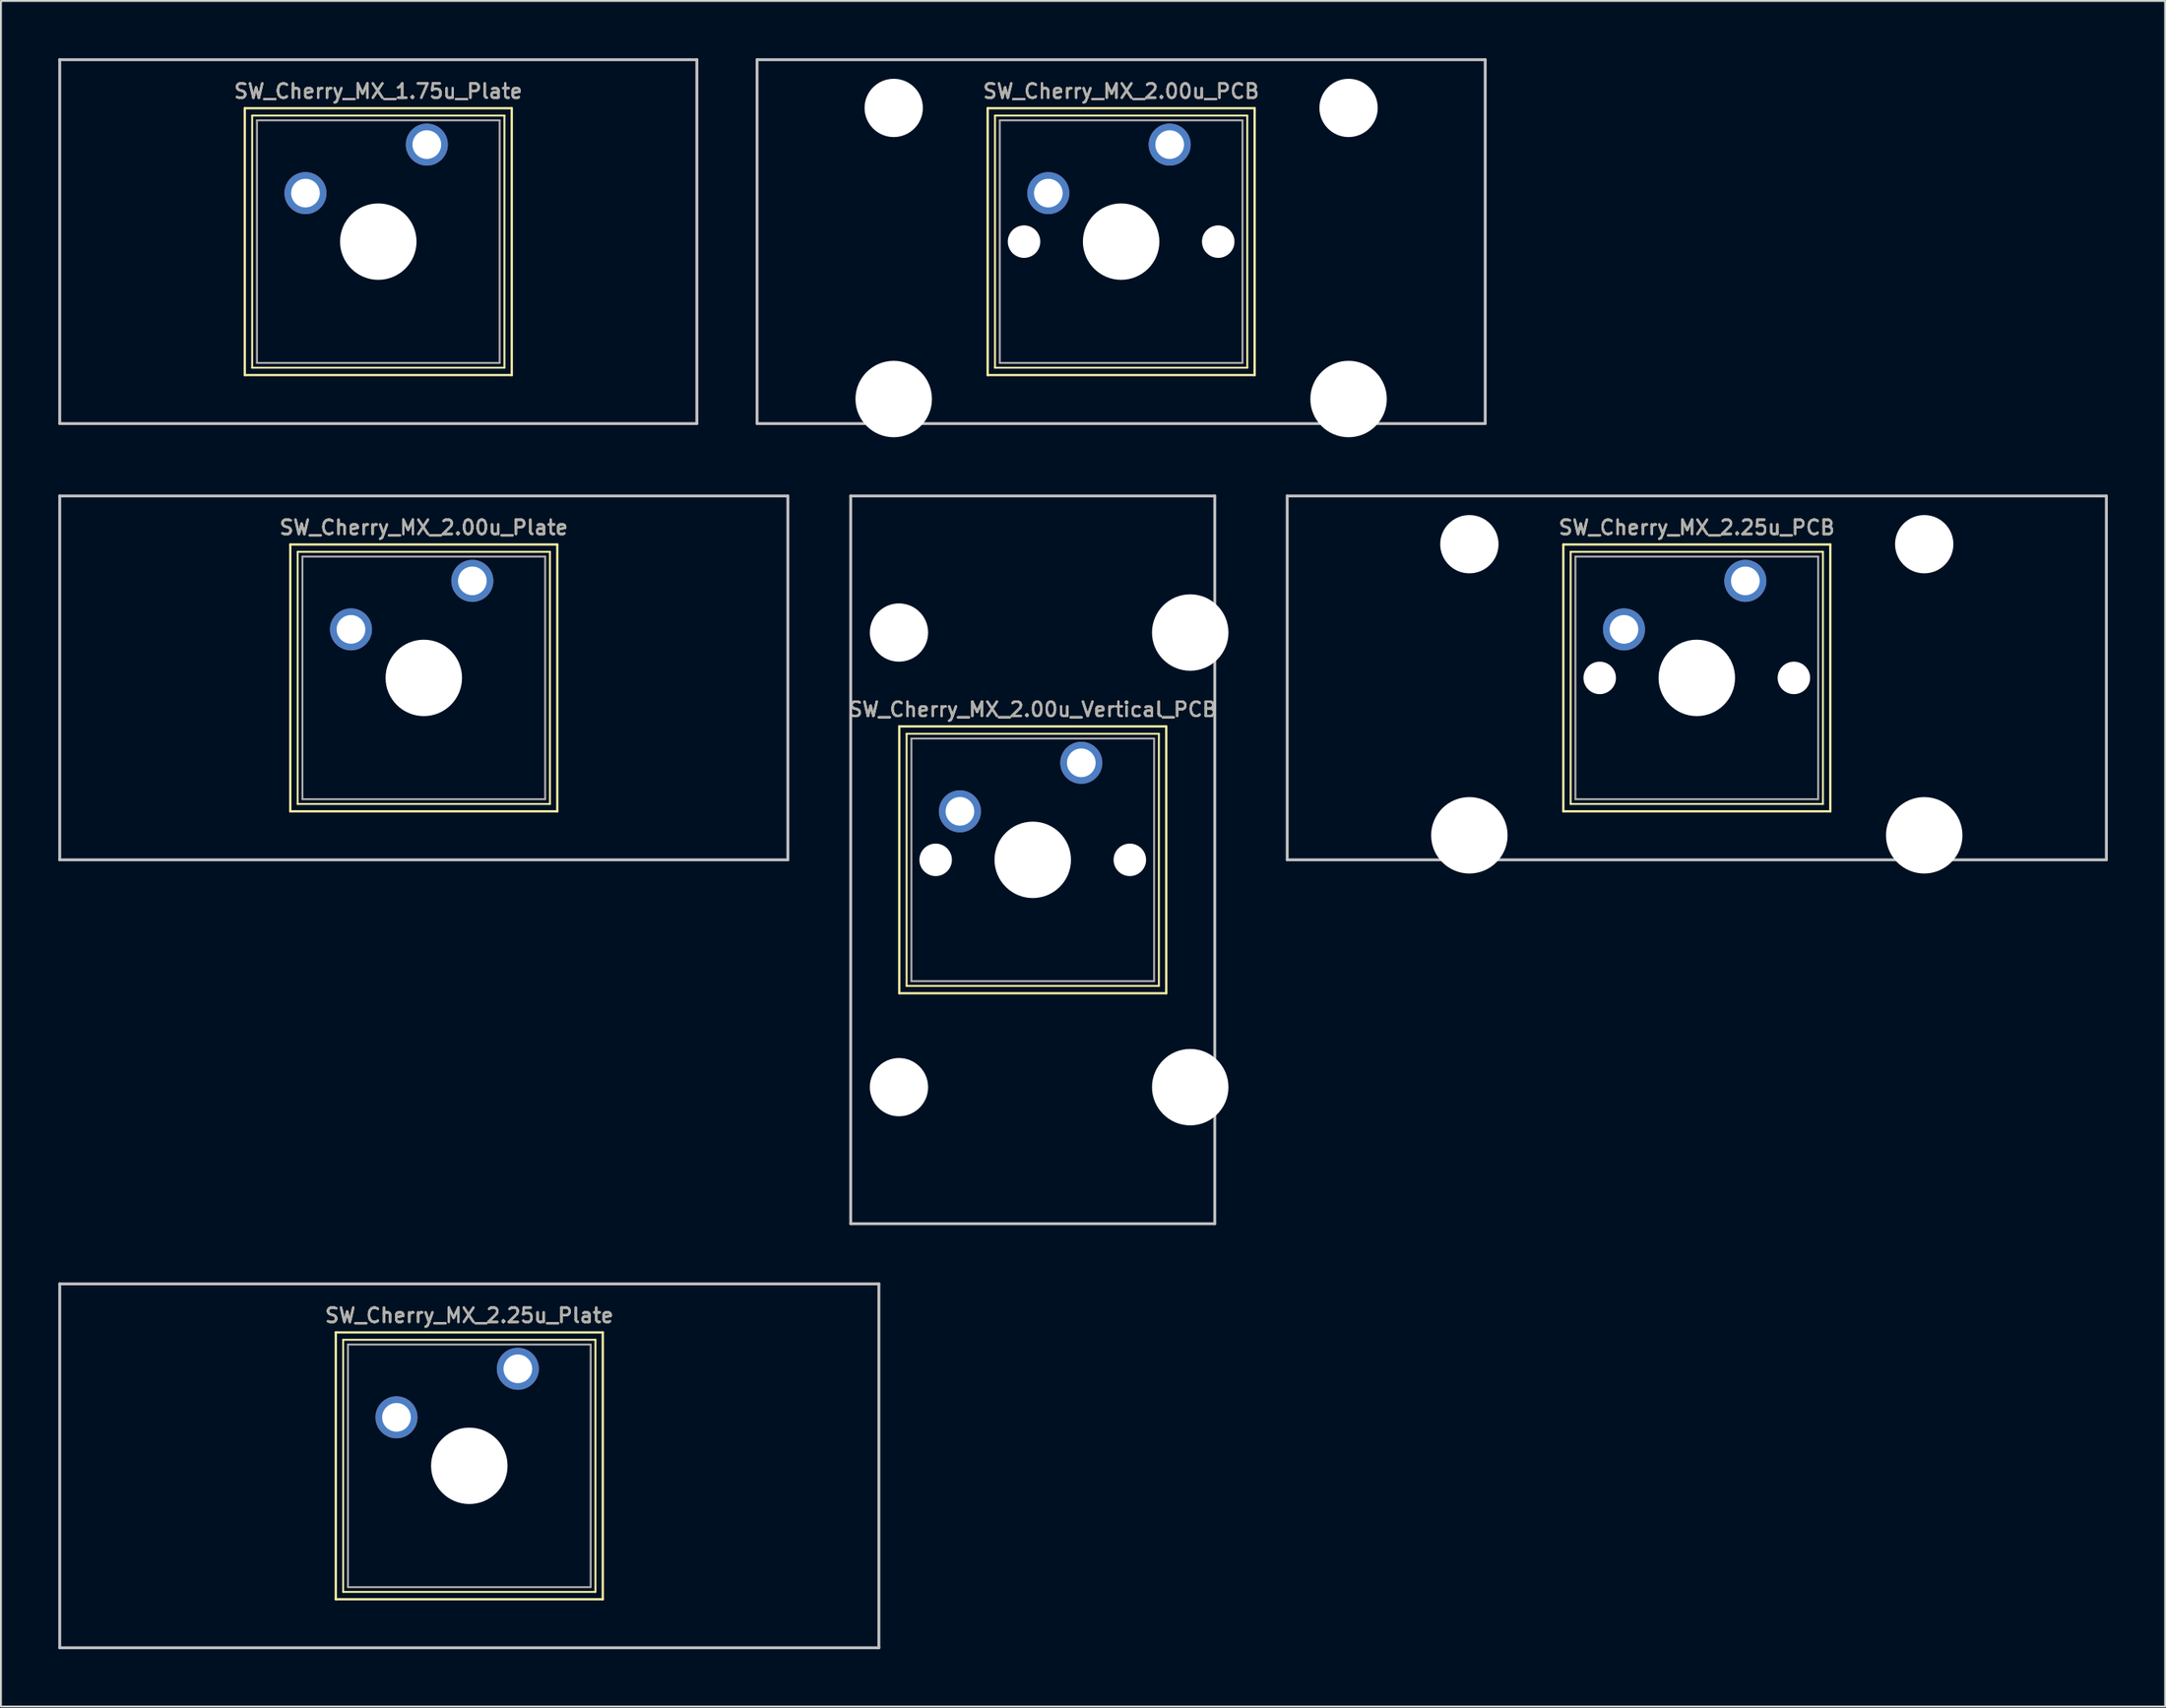
<source format=kicad_pcb>
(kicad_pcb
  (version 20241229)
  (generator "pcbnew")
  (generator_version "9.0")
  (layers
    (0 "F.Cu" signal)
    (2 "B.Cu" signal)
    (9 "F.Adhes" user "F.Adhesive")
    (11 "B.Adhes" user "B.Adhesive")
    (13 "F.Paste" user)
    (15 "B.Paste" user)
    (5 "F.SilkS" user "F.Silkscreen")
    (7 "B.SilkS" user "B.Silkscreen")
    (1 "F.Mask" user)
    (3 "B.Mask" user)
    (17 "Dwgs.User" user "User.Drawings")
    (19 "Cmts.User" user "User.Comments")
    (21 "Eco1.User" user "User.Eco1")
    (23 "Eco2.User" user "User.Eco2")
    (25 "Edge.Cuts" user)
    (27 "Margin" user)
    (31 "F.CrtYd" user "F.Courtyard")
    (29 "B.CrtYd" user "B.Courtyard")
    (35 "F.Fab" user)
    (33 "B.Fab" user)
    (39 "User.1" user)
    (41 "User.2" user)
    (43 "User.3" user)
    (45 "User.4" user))
  (footprint "SW_Cherry_MX_2.00u_Vertical_PCB"
    (layer "F.Cu")
    (at 53.528 36.885)
    (property "Reference" "SW_Cherry_MX_2.00u_Vertical_PCB" (at -2.54 -2.794 0) (layer "F.SilkS") (effects (font (size 0.75 0.75) (thickness 0.125))))
    (attr through_hole)
    (fp_line (start -9.525 -1.905) (end 4.445 -1.905) (stroke (width 0.12) (type solid)) (layer "F.SilkS"))
    (fp_line (start -9.525 12.065) (end -9.525 -1.905) (stroke (width 0.12) (type solid)) (layer "F.SilkS"))
    (fp_line (start -9.14 -1.52) (end 4.06 -1.52) (stroke (width 0.1) (type solid)) (layer "F.SilkS"))
    (fp_line (start -9.14 11.68) (end -9.14 -1.52) (stroke (width 0.1) (type solid)) (layer "F.SilkS"))
    (fp_line (start 4.06 -1.52) (end 4.06 11.68) (stroke (width 0.1) (type solid)) (layer "F.SilkS"))
    (fp_line (start 4.06 11.68) (end -9.14 11.68) (stroke (width 0.1) (type solid)) (layer "F.SilkS"))
    (fp_line (start 4.445 -1.905) (end 4.445 12.065) (stroke (width 0.12) (type solid)) (layer "F.SilkS"))
    (fp_line (start 4.445 12.065) (end -9.525 12.065) (stroke (width 0.12) (type solid)) (layer "F.SilkS"))
    (fp_line (start -12.065 -13.97) (end 6.985 -13.97) (stroke (width 0.15) (type solid)) (layer "Dwgs.User"))
    (fp_line (start -12.065 24.13) (end -12.065 -13.97) (stroke (width 0.15) (type solid)) (layer "Dwgs.User"))
    (fp_line (start 6.985 -13.97) (end 6.985 24.13) (stroke (width 0.15) (type solid)) (layer "Dwgs.User"))
    (fp_line (start 6.985 24.13) (end -12.065 24.13) (stroke (width 0.15) (type solid)) (layer "Dwgs.User"))
    (fp_line (start -8.89 -1.27) (end 3.81 -1.27) (stroke (width 0.1) (type solid)) (layer "F.Fab"))
    (fp_line (start -8.89 11.43) (end -8.89 -1.27) (stroke (width 0.1) (type solid)) (layer "F.Fab"))
    (fp_line (start 3.81 -1.27) (end 3.81 11.43) (stroke (width 0.1) (type solid)) (layer "F.Fab"))
    (fp_line (start 3.81 11.43) (end -8.89 11.43) (stroke (width 0.1) (type solid)) (layer "F.Fab"))
    (fp_text user "${REFERENCE}" (at -2.54 -2.794 0) (layer "F.Fab") (effects (font (size 0.75 0.75) (thickness 0.125))))
    (pad "" np_thru_hole circle (at -9.54 -6.82) (size 3.05 3.05) (drill 3.05) (layers "*.Cu" "*.Mask"))
    (pad "" np_thru_hole circle (at -9.54 16.98) (size 3.05 3.05) (drill 3.05) (layers "*.Cu" "*.Mask"))
    (pad "" np_thru_hole circle (at -7.62 5.08) (size 1.7 1.7) (drill 1.7) (layers "*.Cu" "*.Mask"))
    (pad "" np_thru_hole circle (at -2.54 5.08) (size 4 4) (drill 4) (layers "*.Cu" "*.Mask"))
    (pad "" np_thru_hole circle (at 2.54 5.08) (size 1.7 1.7) (drill 1.7) (layers "*.Cu" "*.Mask"))
    (pad "" np_thru_hole circle (at 5.7 -6.82) (size 4 4) (drill 4) (layers "*.Cu" "*.Mask"))
    (pad "" np_thru_hole circle (at 5.7 16.98) (size 4 4) (drill 4) (layers "*.Cu" "*.Mask"))
    (pad "1" thru_hole circle (at 0 0) (size 2.2 2.2) (drill 1.5) (layers "*.Cu" "*.Mask"))
    (pad "2" thru_hole circle (at -6.35 2.54) (size 2.2 2.2) (drill 1.5) (layers "*.Cu" "*.Mask")))
  (footprint "SW_Cherry_MX_2.00u_PCB"
    (layer "F.Cu")
    (at 58.153 4.52)
    (property "Reference" "SW_Cherry_MX_2.00u_PCB" (at -2.54 -2.794 0) (layer "F.SilkS") (effects (font (size 0.75 0.75) (thickness 0.125))))
    (attr through_hole)
    (fp_line (start -9.525 -1.905) (end 4.445 -1.905) (stroke (width 0.12) (type solid)) (layer "F.SilkS"))
    (fp_line (start -9.525 12.065) (end -9.525 -1.905) (stroke (width 0.12) (type solid)) (layer "F.SilkS"))
    (fp_line (start -9.14 -1.52) (end 4.06 -1.52) (stroke (width 0.1) (type solid)) (layer "F.SilkS"))
    (fp_line (start -9.14 11.68) (end -9.14 -1.52) (stroke (width 0.1) (type solid)) (layer "F.SilkS"))
    (fp_line (start 4.06 -1.52) (end 4.06 11.68) (stroke (width 0.1) (type solid)) (layer "F.SilkS"))
    (fp_line (start 4.06 11.68) (end -9.14 11.68) (stroke (width 0.1) (type solid)) (layer "F.SilkS"))
    (fp_line (start 4.445 -1.905) (end 4.445 12.065) (stroke (width 0.12) (type solid)) (layer "F.SilkS"))
    (fp_line (start 4.445 12.065) (end -9.525 12.065) (stroke (width 0.12) (type solid)) (layer "F.SilkS"))
    (fp_line (start -21.59 -4.445) (end 16.51 -4.445) (stroke (width 0.15) (type solid)) (layer "Dwgs.User"))
    (fp_line (start -21.59 14.605) (end -21.59 -4.445) (stroke (width 0.15) (type solid)) (layer "Dwgs.User"))
    (fp_line (start 16.51 -4.445) (end 16.51 14.605) (stroke (width 0.15) (type solid)) (layer "Dwgs.User"))
    (fp_line (start 16.51 14.605) (end -21.59 14.605) (stroke (width 0.15) (type solid)) (layer "Dwgs.User"))
    (fp_line (start -8.89 -1.27) (end 3.81 -1.27) (stroke (width 0.1) (type solid)) (layer "F.Fab"))
    (fp_line (start -8.89 11.43) (end -8.89 -1.27) (stroke (width 0.1) (type solid)) (layer "F.Fab"))
    (fp_line (start 3.81 -1.27) (end 3.81 11.43) (stroke (width 0.1) (type solid)) (layer "F.Fab"))
    (fp_line (start 3.81 11.43) (end -8.89 11.43) (stroke (width 0.1) (type solid)) (layer "F.Fab"))
    (fp_text user "${REFERENCE}" (at -2.54 -2.794 0) (layer "F.Fab") (effects (font (size 0.75 0.75) (thickness 0.125))))
    (pad "" np_thru_hole circle (at -14.44 -1.92) (size 3.05 3.05) (drill 3.05) (layers "*.Cu" "*.Mask"))
    (pad "" np_thru_hole circle (at -14.44 13.32) (size 4 4) (drill 4) (layers "*.Cu" "*.Mask"))
    (pad "" np_thru_hole circle (at -7.62 5.08) (size 1.7 1.7) (drill 1.7) (layers "*.Cu" "*.Mask"))
    (pad "" np_thru_hole circle (at -2.54 5.08) (size 4 4) (drill 4) (layers "*.Cu" "*.Mask"))
    (pad "" np_thru_hole circle (at 2.54 5.08) (size 1.7 1.7) (drill 1.7) (layers "*.Cu" "*.Mask"))
    (pad "" np_thru_hole circle (at 9.36 -1.92) (size 3.05 3.05) (drill 3.05) (layers "*.Cu" "*.Mask"))
    (pad "" np_thru_hole circle (at 9.36 13.32) (size 4 4) (drill 4) (layers "*.Cu" "*.Mask"))
    (pad "1" thru_hole circle (at 0 0) (size 2.2 2.2) (drill 1.5) (layers "*.Cu" "*.Mask"))
    (pad "2" thru_hole circle (at -6.35 2.54) (size 2.2 2.2) (drill 1.5) (layers "*.Cu" "*.Mask")))
  (footprint "SW_Cherry_MX_2.00u_Plate"
    (layer "F.Cu")
    (at 21.665 27.36)
    (property "Reference" "SW_Cherry_MX_2.00u_Plate" (at -2.54 -2.794 0) (layer "F.SilkS") (effects (font (size 0.75 0.75) (thickness 0.125))))
    (attr through_hole)
    (fp_line (start -9.525 -1.905) (end 4.445 -1.905) (stroke (width 0.12) (type solid)) (layer "F.SilkS"))
    (fp_line (start -9.525 12.065) (end -9.525 -1.905) (stroke (width 0.12) (type solid)) (layer "F.SilkS"))
    (fp_line (start -9.14 -1.52) (end 4.06 -1.52) (stroke (width 0.1) (type solid)) (layer "F.SilkS"))
    (fp_line (start -9.14 11.68) (end -9.14 -1.52) (stroke (width 0.1) (type solid)) (layer "F.SilkS"))
    (fp_line (start 4.06 -1.52) (end 4.06 11.68) (stroke (width 0.1) (type solid)) (layer "F.SilkS"))
    (fp_line (start 4.06 11.68) (end -9.14 11.68) (stroke (width 0.1) (type solid)) (layer "F.SilkS"))
    (fp_line (start 4.445 -1.905) (end 4.445 12.065) (stroke (width 0.12) (type solid)) (layer "F.SilkS"))
    (fp_line (start 4.445 12.065) (end -9.525 12.065) (stroke (width 0.12) (type solid)) (layer "F.SilkS"))
    (fp_line (start -21.59 -4.445) (end 16.51 -4.445) (stroke (width 0.15) (type solid)) (layer "Dwgs.User"))
    (fp_line (start -21.59 14.605) (end -21.59 -4.445) (stroke (width 0.15) (type solid)) (layer "Dwgs.User"))
    (fp_line (start 16.51 -4.445) (end 16.51 14.605) (stroke (width 0.15) (type solid)) (layer "Dwgs.User"))
    (fp_line (start 16.51 14.605) (end -21.59 14.605) (stroke (width 0.15) (type solid)) (layer "Dwgs.User"))
    (fp_line (start -8.89 -1.27) (end 3.81 -1.27) (stroke (width 0.1) (type solid)) (layer "F.Fab"))
    (fp_line (start -8.89 11.43) (end -8.89 -1.27) (stroke (width 0.1) (type solid)) (layer "F.Fab"))
    (fp_line (start 3.81 -1.27) (end 3.81 11.43) (stroke (width 0.1) (type solid)) (layer "F.Fab"))
    (fp_line (start 3.81 11.43) (end -8.89 11.43) (stroke (width 0.1) (type solid)) (layer "F.Fab"))
    (fp_text user "${REFERENCE}" (at -2.54 -2.794 0) (layer "F.Fab") (effects (font (size 0.75 0.75) (thickness 0.125))))
    (pad "" np_thru_hole circle (at -2.54 5.08) (size 4 4) (drill 4) (layers "*.Cu" "*.Mask"))
    (pad "1" thru_hole circle (at 0 0) (size 2.2 2.2) (drill 1.5) (layers "*.Cu" "*.Mask"))
    (pad "2" thru_hole circle (at -6.35 2.54) (size 2.2 2.2) (drill 1.5) (layers "*.Cu" "*.Mask")))
  (footprint "SW_Cherry_MX_2.25u_PCB"
    (layer "F.Cu")
    (at 88.274 27.36)
    (property "Reference" "SW_Cherry_MX_2.25u_PCB" (at -2.54 -2.794 0) (layer "F.SilkS") (effects (font (size 0.75 0.75) (thickness 0.125))))
    (attr through_hole)
    (fp_line (start -9.525 -1.905) (end 4.445 -1.905) (stroke (width 0.12) (type solid)) (layer "F.SilkS"))
    (fp_line (start -9.525 12.065) (end -9.525 -1.905) (stroke (width 0.12) (type solid)) (layer "F.SilkS"))
    (fp_line (start -9.14 -1.52) (end 4.06 -1.52) (stroke (width 0.1) (type solid)) (layer "F.SilkS"))
    (fp_line (start -9.14 11.68) (end -9.14 -1.52) (stroke (width 0.1) (type solid)) (layer "F.SilkS"))
    (fp_line (start 4.06 -1.52) (end 4.06 11.68) (stroke (width 0.1) (type solid)) (layer "F.SilkS"))
    (fp_line (start 4.06 11.68) (end -9.14 11.68) (stroke (width 0.1) (type solid)) (layer "F.SilkS"))
    (fp_line (start 4.445 -1.905) (end 4.445 12.065) (stroke (width 0.12) (type solid)) (layer "F.SilkS"))
    (fp_line (start 4.445 12.065) (end -9.525 12.065) (stroke (width 0.12) (type solid)) (layer "F.SilkS"))
    (fp_line (start -23.971 -4.445) (end 18.891 -4.445) (stroke (width 0.15) (type solid)) (layer "Dwgs.User"))
    (fp_line (start -23.971 14.605) (end -23.971 -4.445) (stroke (width 0.15) (type solid)) (layer "Dwgs.User"))
    (fp_line (start 18.891 -4.445) (end 18.891 14.605) (stroke (width 0.15) (type solid)) (layer "Dwgs.User"))
    (fp_line (start 18.891 14.605) (end -23.971 14.605) (stroke (width 0.15) (type solid)) (layer "Dwgs.User"))
    (fp_line (start -8.89 -1.27) (end 3.81 -1.27) (stroke (width 0.1) (type solid)) (layer "F.Fab"))
    (fp_line (start -8.89 11.43) (end -8.89 -1.27) (stroke (width 0.1) (type solid)) (layer "F.Fab"))
    (fp_line (start 3.81 -1.27) (end 3.81 11.43) (stroke (width 0.1) (type solid)) (layer "F.Fab"))
    (fp_line (start 3.81 11.43) (end -8.89 11.43) (stroke (width 0.1) (type solid)) (layer "F.Fab"))
    (fp_text user "${REFERENCE}" (at -2.54 -2.794 0) (layer "F.Fab") (effects (font (size 0.75 0.75) (thickness 0.125))))
    (pad "" np_thru_hole circle (at -14.44 -1.92) (size 3.05 3.05) (drill 3.05) (layers "*.Cu" "*.Mask"))
    (pad "" np_thru_hole circle (at -14.44 13.32) (size 4 4) (drill 4) (layers "*.Cu" "*.Mask"))
    (pad "" np_thru_hole circle (at -7.62 5.08) (size 1.7 1.7) (drill 1.7) (layers "*.Cu" "*.Mask"))
    (pad "" np_thru_hole circle (at -2.54 5.08) (size 4 4) (drill 4) (layers "*.Cu" "*.Mask"))
    (pad "" np_thru_hole circle (at 2.54 5.08) (size 1.7 1.7) (drill 1.7) (layers "*.Cu" "*.Mask"))
    (pad "" np_thru_hole circle (at 9.36 -1.92) (size 3.05 3.05) (drill 3.05) (layers "*.Cu" "*.Mask"))
    (pad "" np_thru_hole circle (at 9.36 13.32) (size 4 4) (drill 4) (layers "*.Cu" "*.Mask"))
    (pad "1" thru_hole circle (at 0 0) (size 2.2 2.2) (drill 1.5) (layers "*.Cu" "*.Mask"))
    (pad "2" thru_hole circle (at -6.35 2.54) (size 2.2 2.2) (drill 1.5) (layers "*.Cu" "*.Mask")))
  (footprint "SW_Cherry_MX_2.25u_Plate"
    (layer "F.Cu")
    (at 24.046 68.61)
    (property "Reference" "SW_Cherry_MX_2.25u_Plate" (at -2.54 -2.794 0) (layer "F.SilkS") (effects (font (size 0.75 0.75) (thickness 0.125))))
    (attr through_hole)
    (fp_line (start -9.525 -1.905) (end 4.445 -1.905) (stroke (width 0.12) (type solid)) (layer "F.SilkS"))
    (fp_line (start -9.525 12.065) (end -9.525 -1.905) (stroke (width 0.12) (type solid)) (layer "F.SilkS"))
    (fp_line (start -9.14 -1.52) (end 4.06 -1.52) (stroke (width 0.1) (type solid)) (layer "F.SilkS"))
    (fp_line (start -9.14 11.68) (end -9.14 -1.52) (stroke (width 0.1) (type solid)) (layer "F.SilkS"))
    (fp_line (start 4.06 -1.52) (end 4.06 11.68) (stroke (width 0.1) (type solid)) (layer "F.SilkS"))
    (fp_line (start 4.06 11.68) (end -9.14 11.68) (stroke (width 0.1) (type solid)) (layer "F.SilkS"))
    (fp_line (start 4.445 -1.905) (end 4.445 12.065) (stroke (width 0.12) (type solid)) (layer "F.SilkS"))
    (fp_line (start 4.445 12.065) (end -9.525 12.065) (stroke (width 0.12) (type solid)) (layer "F.SilkS"))
    (fp_line (start -23.971 -4.445) (end 18.891 -4.445) (stroke (width 0.15) (type solid)) (layer "Dwgs.User"))
    (fp_line (start -23.971 14.605) (end -23.971 -4.445) (stroke (width 0.15) (type solid)) (layer "Dwgs.User"))
    (fp_line (start 18.891 -4.445) (end 18.891 14.605) (stroke (width 0.15) (type solid)) (layer "Dwgs.User"))
    (fp_line (start 18.891 14.605) (end -23.971 14.605) (stroke (width 0.15) (type solid)) (layer "Dwgs.User"))
    (fp_line (start -8.89 -1.27) (end 3.81 -1.27) (stroke (width 0.1) (type solid)) (layer "F.Fab"))
    (fp_line (start -8.89 11.43) (end -8.89 -1.27) (stroke (width 0.1) (type solid)) (layer "F.Fab"))
    (fp_line (start 3.81 -1.27) (end 3.81 11.43) (stroke (width 0.1) (type solid)) (layer "F.Fab"))
    (fp_line (start 3.81 11.43) (end -8.89 11.43) (stroke (width 0.1) (type solid)) (layer "F.Fab"))
    (fp_text user "${REFERENCE}" (at -2.54 -2.794 0) (layer "F.Fab") (effects (font (size 0.75 0.75) (thickness 0.125))))
    (pad "" np_thru_hole circle (at -2.54 5.08) (size 4 4) (drill 4) (layers "*.Cu" "*.Mask"))
    (pad "1" thru_hole circle (at 0 0) (size 2.2 2.2) (drill 1.5) (layers "*.Cu" "*.Mask"))
    (pad "2" thru_hole circle (at -6.35 2.54) (size 2.2 2.2) (drill 1.5) (layers "*.Cu" "*.Mask")))
  (footprint "SW_Cherry_MX_1.75u_Plate"
    (layer "F.Cu")
    (at 19.284 4.52)
    (property "Reference" "SW_Cherry_MX_1.75u_Plate" (at -2.54 -2.794 0) (layer "F.SilkS") (effects (font (size 0.75 0.75) (thickness 0.125))))
    (attr through_hole)
    (fp_line (start -9.525 -1.905) (end 4.445 -1.905) (stroke (width 0.12) (type solid)) (layer "F.SilkS"))
    (fp_line (start -9.525 12.065) (end -9.525 -1.905) (stroke (width 0.12) (type solid)) (layer "F.SilkS"))
    (fp_line (start -9.14 -1.52) (end 4.06 -1.52) (stroke (width 0.1) (type solid)) (layer "F.SilkS"))
    (fp_line (start -9.14 11.68) (end -9.14 -1.52) (stroke (width 0.1) (type solid)) (layer "F.SilkS"))
    (fp_line (start 4.06 -1.52) (end 4.06 11.68) (stroke (width 0.1) (type solid)) (layer "F.SilkS"))
    (fp_line (start 4.06 11.68) (end -9.14 11.68) (stroke (width 0.1) (type solid)) (layer "F.SilkS"))
    (fp_line (start 4.445 -1.905) (end 4.445 12.065) (stroke (width 0.12) (type solid)) (layer "F.SilkS"))
    (fp_line (start 4.445 12.065) (end -9.525 12.065) (stroke (width 0.12) (type solid)) (layer "F.SilkS"))
    (fp_line (start -19.209 -4.445) (end 14.129 -4.445) (stroke (width 0.15) (type solid)) (layer "Dwgs.User"))
    (fp_line (start -19.209 14.605) (end -19.209 -4.445) (stroke (width 0.15) (type solid)) (layer "Dwgs.User"))
    (fp_line (start 14.129 -4.445) (end 14.129 14.605) (stroke (width 0.15) (type solid)) (layer "Dwgs.User"))
    (fp_line (start 14.129 14.605) (end -19.209 14.605) (stroke (width 0.15) (type solid)) (layer "Dwgs.User"))
    (fp_line (start -8.89 -1.27) (end 3.81 -1.27) (stroke (width 0.1) (type solid)) (layer "F.Fab"))
    (fp_line (start -8.89 11.43) (end -8.89 -1.27) (stroke (width 0.1) (type solid)) (layer "F.Fab"))
    (fp_line (start 3.81 -1.27) (end 3.81 11.43) (stroke (width 0.1) (type solid)) (layer "F.Fab"))
    (fp_line (start 3.81 11.43) (end -8.89 11.43) (stroke (width 0.1) (type solid)) (layer "F.Fab"))
    (fp_text user "${REFERENCE}" (at -2.54 -2.794 0) (layer "F.Fab") (effects (font (size 0.75 0.75) (thickness 0.125))))
    (pad "" np_thru_hole circle (at -2.54 5.08) (size 4 4) (drill 4) (layers "*.Cu" "*.Mask"))
    (pad "1" thru_hole circle (at 0 0) (size 2.2 2.2) (drill 1.5) (layers "*.Cu" "*.Mask"))
    (pad "2" thru_hole circle (at -6.35 2.54) (size 2.2 2.2) (drill 1.5) (layers "*.Cu" "*.Mask")))
  (gr_rect
    (start -3 -3)
    (end 110.24 86.29)
    (stroke (width 0.1) (type default))
    (fill no)
    (layer "Edge.Cuts")))
</source>
